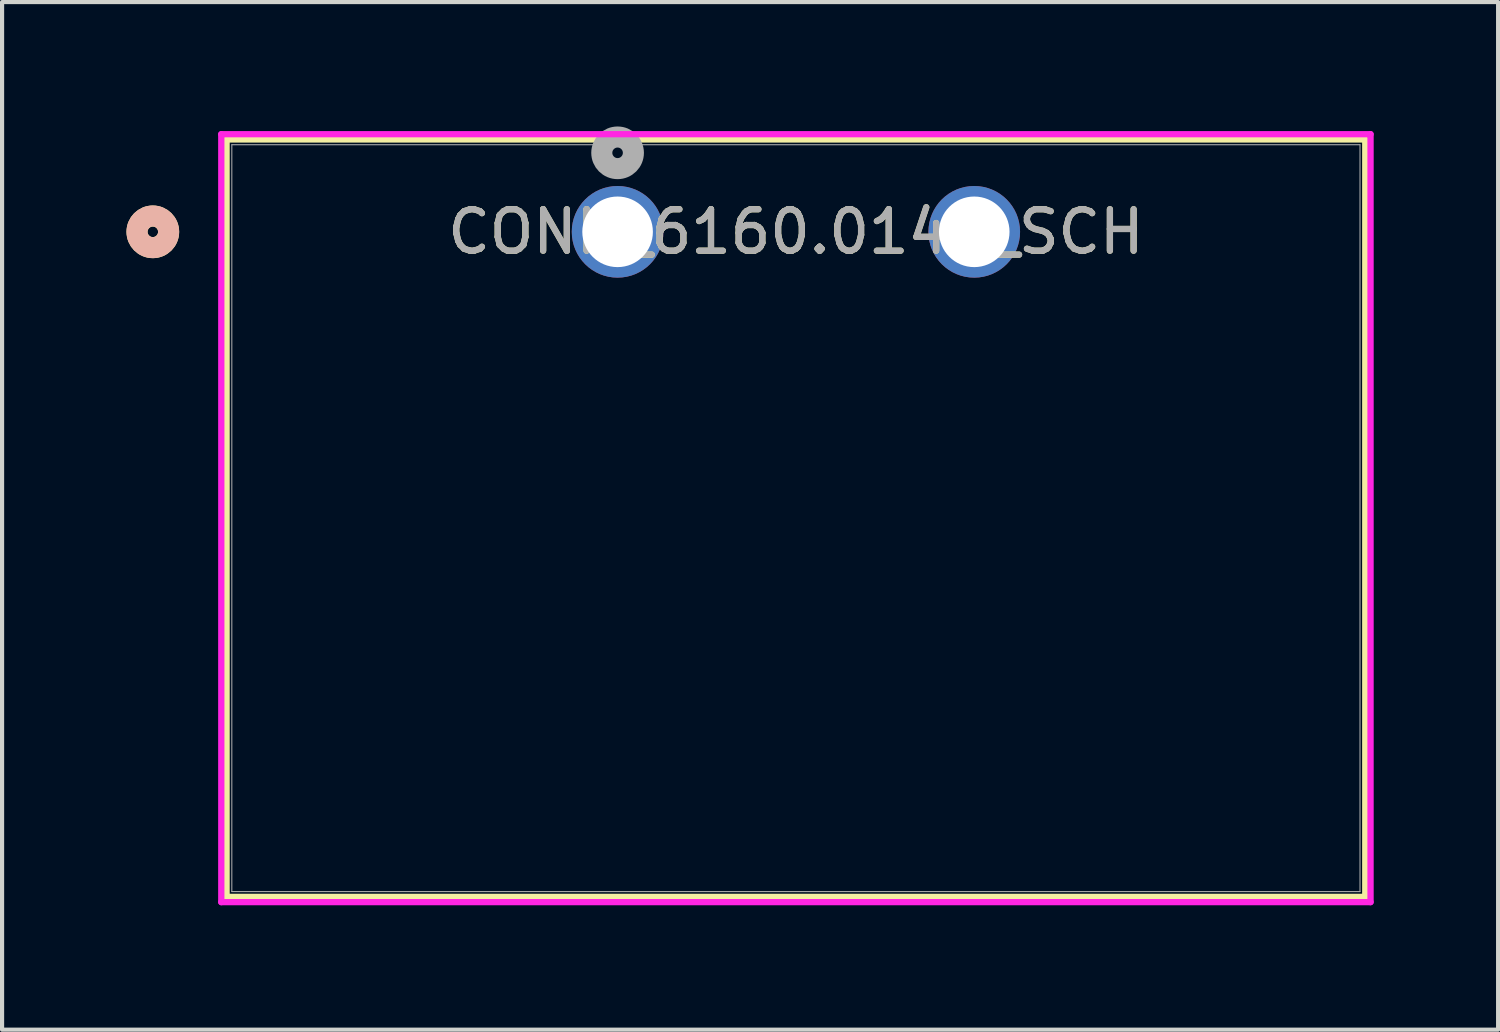
<source format=kicad_pcb>
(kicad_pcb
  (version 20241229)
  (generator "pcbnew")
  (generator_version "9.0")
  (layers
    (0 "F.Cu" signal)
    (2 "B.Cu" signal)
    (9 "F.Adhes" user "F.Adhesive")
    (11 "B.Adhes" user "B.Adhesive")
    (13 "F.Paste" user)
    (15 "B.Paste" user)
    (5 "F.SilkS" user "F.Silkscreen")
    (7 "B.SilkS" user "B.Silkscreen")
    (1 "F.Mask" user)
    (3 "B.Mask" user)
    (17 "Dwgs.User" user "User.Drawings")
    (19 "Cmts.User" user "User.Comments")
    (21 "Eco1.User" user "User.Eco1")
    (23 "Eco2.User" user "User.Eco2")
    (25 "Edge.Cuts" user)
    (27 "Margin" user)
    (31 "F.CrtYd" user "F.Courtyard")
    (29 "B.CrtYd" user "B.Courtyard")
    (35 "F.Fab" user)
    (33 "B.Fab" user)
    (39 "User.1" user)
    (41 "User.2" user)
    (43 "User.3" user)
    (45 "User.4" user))
  (footprint "CONN_6160.0141_SCH"
    (layer "F.Cu")
    (at 11.842 2.54)
    (property "Reference" "CONN_6160.0141_SCH" (at 4.3 0 0) (unlocked yes) (layer "F.SilkS") (effects (font (size 1 1) (thickness 0.15))))
    (attr through_hole)
    (fp_line (start -9.429 -2.227) (end -9.429 16.036) (stroke (width 0.152) (type solid)) (layer "F.SilkS"))
    (fp_line (start -9.429 16.036) (end 18.029 16.036) (stroke (width 0.152) (type solid)) (layer "F.SilkS"))
    (fp_line (start 18.029 -2.227) (end -9.429 -2.227) (stroke (width 0.152) (type solid)) (layer "F.SilkS"))
    (fp_line (start 18.029 16.036) (end 18.029 -2.227) (stroke (width 0.152) (type solid)) (layer "F.SilkS"))
    (fp_circle (center -11.207 0) (end -10.826 0) (stroke (width 0.508) (type solid)) (fill no) (layer "F.SilkS"))
    (fp_circle (center -11.207 0) (end -10.826 0) (stroke (width 0.508) (type solid)) (fill no) (layer "B.SilkS"))
    (fp_line (start -9.556 -2.354) (end -9.556 16.163) (stroke (width 0.152) (type solid)) (layer "F.CrtYd"))
    (fp_line (start -9.556 16.163) (end 18.156 16.163) (stroke (width 0.152) (type solid)) (layer "F.CrtYd"))
    (fp_line (start 18.156 -2.354) (end -9.556 -2.354) (stroke (width 0.152) (type solid)) (layer "F.CrtYd"))
    (fp_line (start 18.156 16.163) (end 18.156 -2.354) (stroke (width 0.152) (type solid)) (layer "F.CrtYd"))
    (fp_line (start -9.302 -2.1) (end -9.302 15.909) (stroke (width 0.025) (type solid)) (layer "F.Fab"))
    (fp_line (start -9.302 15.909) (end 17.902 15.909) (stroke (width 0.025) (type solid)) (layer "F.Fab"))
    (fp_line (start 17.902 -2.1) (end -9.302 -2.1) (stroke (width 0.025) (type solid)) (layer "F.Fab"))
    (fp_line (start 17.902 15.909) (end 17.902 -2.1) (stroke (width 0.025) (type solid)) (layer "F.Fab"))
    (fp_circle (center 0 -1.905) (end 0.381 -1.905) (stroke (width 0.508) (type solid)) (fill no) (layer "F.Fab"))
    (fp_text user "${REFERENCE}" (at 4.3 0 0) (unlocked yes) (layer "F.Fab") (effects (font (size 1 1) (thickness 0.15))))
    (pad "1" thru_hole circle (at 0 0) (size 2.21 2.21) (drill 1.702) (layers "*.Cu" "*.Mask"))
    (pad "2" thru_hole circle (at 8.6 0) (size 2.21 2.21) (drill 1.702) (layers "*.Cu" "*.Mask")))
  (gr_rect
    (start -3 -3)
    (end 33.074 21.779)
    (stroke (width 0.1) (type default))
    (fill no)
    (layer "Edge.Cuts")))
</source>
